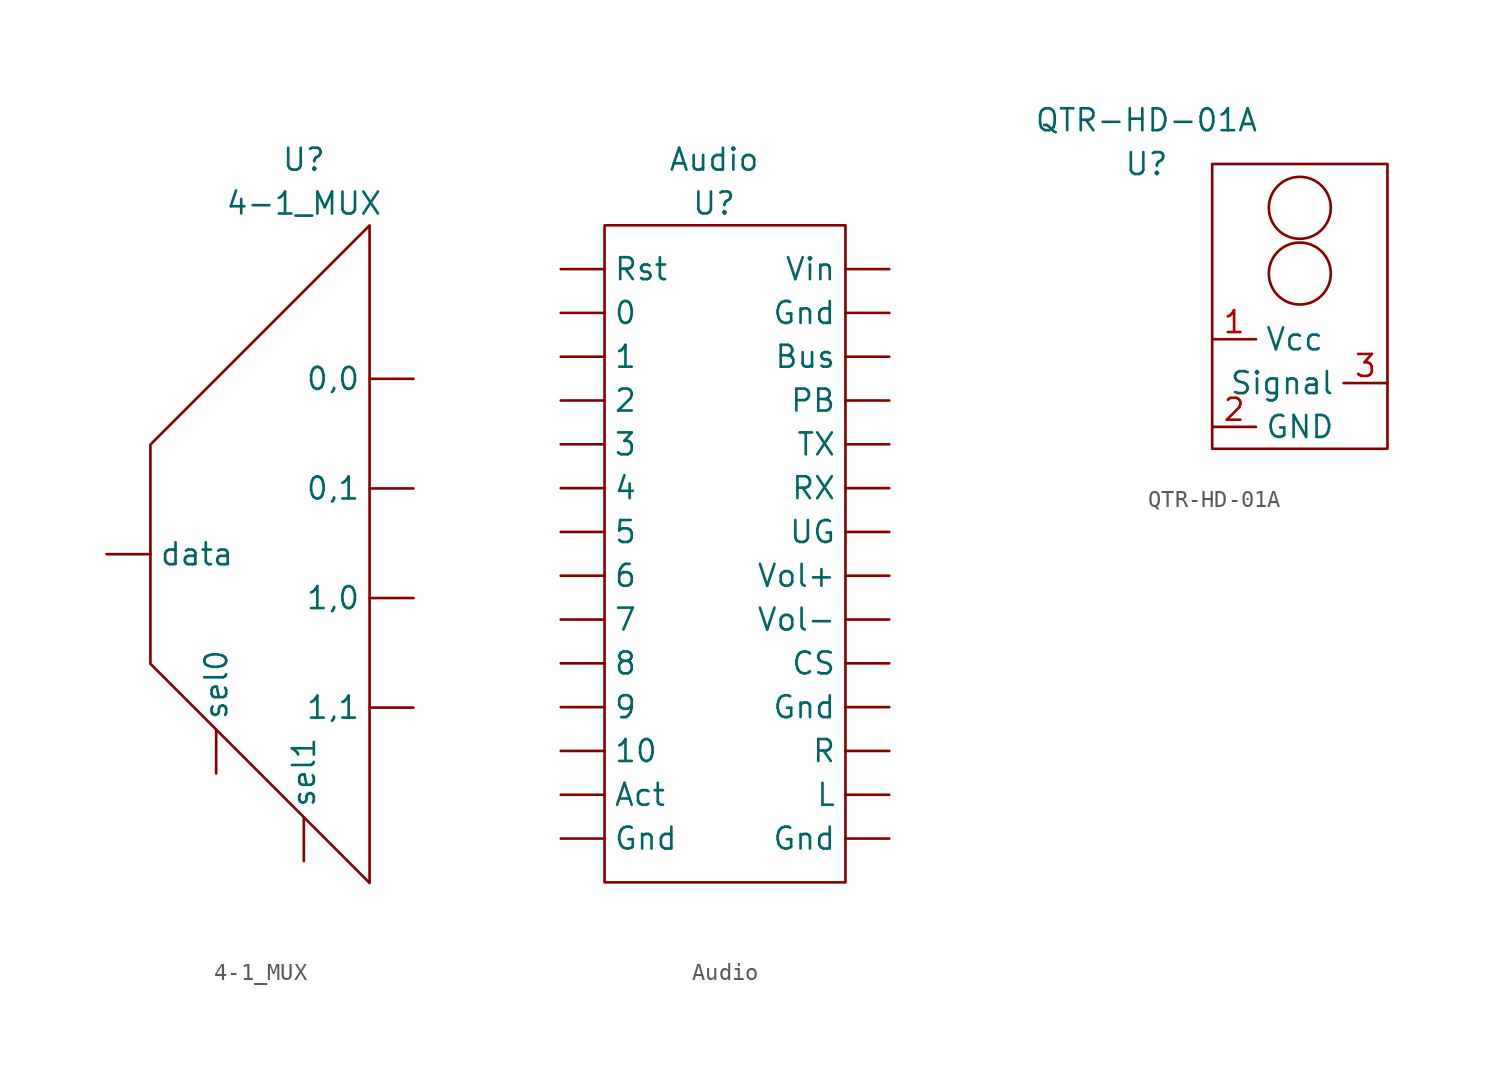
<source format=kicad_sym>
(kicad_symbol_lib
  (version 20211014)
  (generator kicad_symbol_editor)
  (symbol "4-1_MUX"
    (property "Reference" "U"
      (at 0 -2.54 0)
      (effects (font (size 1.27 1.27))))
    (property "Value" "4-1_MUX"
      (at 0 -5.08 0)
      (effects (font (size 1.27 1.27))))
    (symbol "4-1_MUX_0_1"
      (polyline (pts (xy -8.89 -19.05) (xy -8.89 -31.75) (xy 3.81 -44.45) (xy 3.81 -6.35) (xy -8.89 -19.05) (xy -8.89 -21.59) (xy -8.89 -29.21)) (stroke (width 0) (type default) (color 0 0 0 0)) (fill (type none))))
    (symbol "4-1_MUX_1_1"
      (pin output line (at 6.35 -15.24 180) (length 2.54) (name "0,0" (effects (font (size 1.27 1.27)))) (number "" (effects (font (size 1.27 1.27)))))
      (pin output line (at 6.35 -21.59 180) (length 2.54) (name "0,1" (effects (font (size 1.27 1.27)))) (number "" (effects (font (size 1.27 1.27)))))
      (pin output line (at 6.35 -27.94 180) (length 2.54) (name "1,0" (effects (font (size 1.27 1.27)))) (number "" (effects (font (size 1.27 1.27)))))
      (pin output line (at 6.35 -34.29 180) (length 2.54) (name "1,1" (effects (font (size 1.27 1.27)))) (number "" (effects (font (size 1.27 1.27)))))
      (pin input line (at -11.43 -25.4 0) (length 2.54) (name "data" (effects (font (size 1.27 1.27)))) (number "" (effects (font (size 1.27 1.27)))))
      (pin input line (at -5.08 -38.1 90) (length 2.54) (name "sel0" (effects (font (size 1.27 1.27)))) (number "" (effects (font (size 1.27 1.27)))))
      (pin input line (at 0 -43.18 90) (length 2.54) (name "sel1" (effects (font (size 1.27 1.27)))) (number "" (effects (font (size 1.27 1.27)))))))
  (symbol "Audio"
    (property "Reference" "U"
      (at -1.27 19.05 0)
      (effects (font (size 1.27 1.27))))
    (property "Value" "Audio"
      (at -1.27 21.59 0)
      (effects (font (size 1.27 1.27))))
    (symbol "Audio_0_1"
      (rectangle (start -7.62 17.78) (end 6.35 -20.32) (stroke (width 0) (type default) (color 0 0 0 0)) (fill (type none))))
    (symbol "Audio_1_1"
      (pin input line (at -10.16 12.7 0) (length 2.54) (name "0" (effects (font (size 1.27 1.27)))) (number "" (effects (font (size 1.27 1.27)))))
      (pin input line (at -10.16 10.16 0) (length 2.54) (name "1" (effects (font (size 1.27 1.27)))) (number "" (effects (font (size 1.27 1.27)))))
      (pin input line (at -10.16 -12.7 0) (length 2.54) (name "10" (effects (font (size 1.27 1.27)))) (number "" (effects (font (size 1.27 1.27)))))
      (pin input line (at -10.16 7.62 0) (length 2.54) (name "2" (effects (font (size 1.27 1.27)))) (number "" (effects (font (size 1.27 1.27)))))
      (pin input line (at -10.16 5.08 0) (length 2.54) (name "3" (effects (font (size 1.27 1.27)))) (number "" (effects (font (size 1.27 1.27)))))
      (pin input line (at -10.16 2.54 0) (length 2.54) (name "4" (effects (font (size 1.27 1.27)))) (number "" (effects (font (size 1.27 1.27)))))
      (pin input line (at -10.16 0 0) (length 2.54) (name "5" (effects (font (size 1.27 1.27)))) (number "" (effects (font (size 1.27 1.27)))))
      (pin input line (at -10.16 -2.54 0) (length 2.54) (name "6" (effects (font (size 1.27 1.27)))) (number "" (effects (font (size 1.27 1.27)))))
      (pin input line (at -10.16 -5.08 0) (length 2.54) (name "7" (effects (font (size 1.27 1.27)))) (number "" (effects (font (size 1.27 1.27)))))
      (pin input line (at -10.16 -7.62 0) (length 2.54) (name "8" (effects (font (size 1.27 1.27)))) (number "" (effects (font (size 1.27 1.27)))))
      (pin input line (at -10.16 -10.16 0) (length 2.54) (name "9" (effects (font (size 1.27 1.27)))) (number "" (effects (font (size 1.27 1.27)))))
      (pin input line (at -10.16 -15.24 0) (length 2.54) (name "Act" (effects (font (size 1.27 1.27)))) (number "" (effects (font (size 1.27 1.27)))))
      (pin input line (at 8.89 10.16 180) (length 2.54) (name "Bus" (effects (font (size 1.27 1.27)))) (number "" (effects (font (size 1.27 1.27)))))
      (pin input line (at 8.89 -7.62 180) (length 2.54) (name "CS" (effects (font (size 1.27 1.27)))) (number "" (effects (font (size 1.27 1.27)))))
      (pin input line (at -10.16 -17.78 0) (length 2.54) (name "Gnd" (effects (font (size 1.27 1.27)))) (number "" (effects (font (size 1.27 1.27)))))
      (pin input line (at 8.89 -17.78 180) (length 2.54) (name "Gnd" (effects (font (size 1.27 1.27)))) (number "" (effects (font (size 1.27 1.27)))))
      (pin input line (at 8.89 -10.16 180) (length 2.54) (name "Gnd" (effects (font (size 1.27 1.27)))) (number "" (effects (font (size 1.27 1.27)))))
      (pin input line (at 8.89 12.7 180) (length 2.54) (name "Gnd" (effects (font (size 1.27 1.27)))) (number "" (effects (font (size 1.27 1.27)))))
      (pin input line (at 8.89 -15.24 180) (length 2.54) (name "L" (effects (font (size 1.27 1.27)))) (number "" (effects (font (size 1.27 1.27)))))
      (pin input line (at 8.89 7.62 180) (length 2.54) (name "PB" (effects (font (size 1.27 1.27)))) (number "" (effects (font (size 1.27 1.27)))))
      (pin input line (at 8.89 -12.7 180) (length 2.54) (name "R" (effects (font (size 1.27 1.27)))) (number "" (effects (font (size 1.27 1.27)))))
      (pin input line (at -10.16 15.24 0) (length 2.54) (name "Rst" (effects (font (size 1.27 1.27)))) (number "" (effects (font (size 1.27 1.27)))))
      (pin input line (at 8.89 2.54 180) (length 2.54) (name "RX" (effects (font (size 1.27 1.27)))) (number "" (effects (font (size 1.27 1.27)))))
      (pin input line (at 8.89 5.08 180) (length 2.54) (name "TX" (effects (font (size 1.27 1.27)))) (number "" (effects (font (size 1.27 1.27)))))
      (pin input line (at 8.89 0 180) (length 2.54) (name "UG" (effects (font (size 1.27 1.27)))) (number "" (effects (font (size 1.27 1.27)))))
      (pin input line (at 8.89 15.24 180) (length 2.54) (name "Vin" (effects (font (size 1.27 1.27)))) (number "" (effects (font (size 1.27 1.27)))))
      (pin input line (at 8.89 -2.54 180) (length 2.54) (name "Vol+" (effects (font (size 1.27 1.27)))) (number "" (effects (font (size 1.27 1.27)))))
      (pin input line (at 8.89 -5.08 180) (length 2.54) (name "Vol-" (effects (font (size 1.27 1.27)))) (number "" (effects (font (size 1.27 1.27)))))))
  (symbol "QTR-HD-01A"
    (property "Reference" "U"
      (at 0 0 0)
      (effects (font (size 1.27 1.27))))
    (property "Value" "QTR-HD-01A"
      (at 0 2.54 0)
      (effects (font (size 1.27 1.27))))
    (symbol "QTR-HD-01A_0_1"
      (rectangle (start 3.81 0) (end 13.97 -16.51) (stroke (width 0) (type default) (color 0 0 0 0)) (fill (type none)))
      (circle (center 8.89 -6.35) (radius 1.796) (stroke (width 0) (type default) (color 0 0 0 0)) (fill (type none)))
      (circle (center 8.89 -2.54) (radius 1.796) (stroke (width 0) (type default) (color 0 0 0 0)) (fill (type none))))
    (symbol "QTR-HD-01A_1_1"
      (pin input line (at 3.81 -10.16 0) (length 2.54) (name "Vcc" (effects (font (size 1.27 1.27)))) (number "1" (effects (font (size 1.27 1.27)))))
      (pin input line (at 3.81 -15.24 0) (length 2.54) (name "GND" (effects (font (size 1.27 1.27)))) (number "2" (effects (font (size 1.27 1.27)))))
      (pin output line (at 13.97 -12.7 180) (length 2.54) (name "Signal" (effects (font (size 1.27 1.27)))) (number "3" (effects (font (size 1.27 1.27))))))))
</source>
